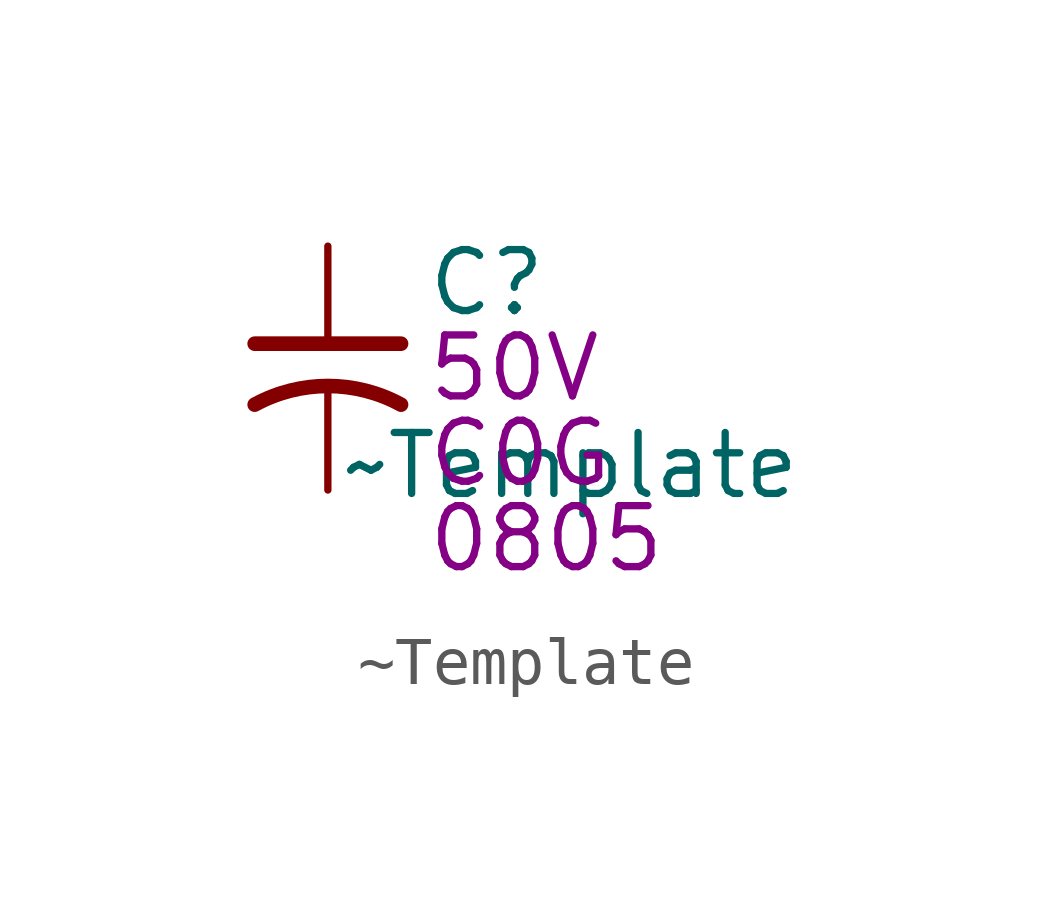
<source format=kicad_sym>
(kicad_symbol_lib
  (version 20241209)
  (generator "kicad-symlib-util")
  (generator_version "0.1.0")
  (symbol "~Template"
    (pin_numbers
      (hide yes))
    (pin_names
      (offset 0.254)
      (hide yes))
    (property "Reference" "C"
      (at 2.032 1.778 0)
      (effects (font (size 1.27 1.27)) (justify left)))
    (property "Value" "~Template"
      (at 0.254 -2.032 0)
      (effects (font (size 1.27 1.27)) (justify left)))
    (property "Tempco" "C0G"
      (at 2.032 -1.778 0)
      (effects (font (size 1.27 1.27)) (justify left)))
    (property "Voltage" "50V"
      (at 2.032 0 0)
      (effects (font (size 1.27 1.27)) (justify left)))
    (property "Package" "0805"
      (at 2.032 -3.556 0)
      (effects (font (size 1.27 1.27)) (justify left)))
    (symbol "~Template_0_1"
      (polyline (pts (xy -1.524 0.508) (xy 1.524 0.508)) (stroke (width 0.305) (type default)) (fill (type none)))
      (arc (start -1.524 -0.762) (mid 0 -0.3734) (end 1.524 -0.762) (stroke (width 0.3048) (type default)) (fill (type none))))
    (symbol "~Template_1_1"
      (pin passive line (at 0 2.54 270) (length 2.032) (name "~" (effects (font (size 1.27 1.27)))) (number "1" (effects (font (size 1.27 1.27)))))
      (pin passive line (at 0 -2.54 90) (length 2.032) (name "~" (effects (font (size 1.27 1.27)))) (number "2" (effects (font (size 1.27 1.27))))))))
</source>
